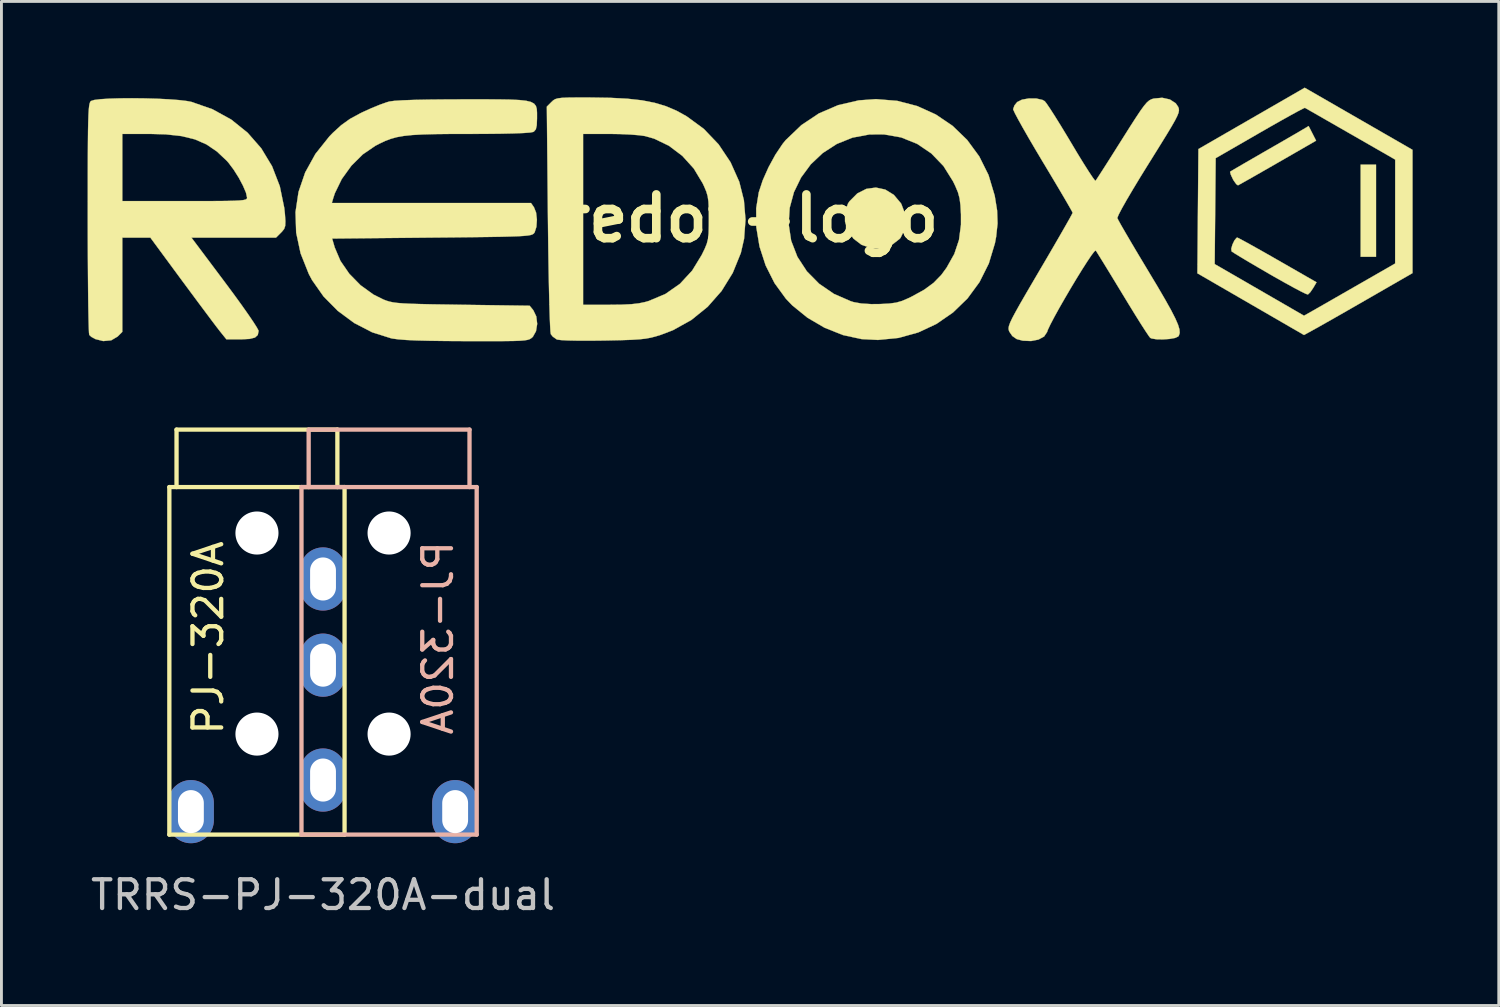
<source format=kicad_pcb>
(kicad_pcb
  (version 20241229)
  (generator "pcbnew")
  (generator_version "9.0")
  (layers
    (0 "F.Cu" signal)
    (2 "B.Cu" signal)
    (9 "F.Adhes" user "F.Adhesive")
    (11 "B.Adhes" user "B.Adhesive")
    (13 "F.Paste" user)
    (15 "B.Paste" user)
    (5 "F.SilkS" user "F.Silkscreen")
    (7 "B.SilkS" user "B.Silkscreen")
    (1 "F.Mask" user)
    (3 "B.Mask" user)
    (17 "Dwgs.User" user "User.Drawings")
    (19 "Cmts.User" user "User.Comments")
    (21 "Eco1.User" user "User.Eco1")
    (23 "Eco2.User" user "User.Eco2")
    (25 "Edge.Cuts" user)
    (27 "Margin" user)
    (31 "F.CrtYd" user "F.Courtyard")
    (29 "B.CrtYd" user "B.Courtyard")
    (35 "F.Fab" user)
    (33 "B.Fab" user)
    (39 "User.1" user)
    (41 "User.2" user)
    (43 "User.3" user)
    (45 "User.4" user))
  (footprint "redox-logo"
    (layer "F.Cu")
    (at 23.065 4.553)
    (property "Reference" "redox-logo" (at 0 0 0) (layer "F.SilkS") (effects (font (size 1.524 1.524) (thickness 0.3))))
    (attr through_hole)
    (fp_poly (pts (xy 21.791 1.337) (xy 21.256 1.337) (xy 21.256 -1.872) (xy 21.791 -1.872) (xy 21.791 1.337)) (stroke (width 0.01) (type solid)) (fill yes) (layer "F.SilkS"))
    (fp_poly (pts (xy 4.705 -1.003) (xy 5.003 -0.82) (xy 5.25 -0.526) (xy 5.266 -0.499) (xy 5.376 -0.208) (xy 5.407 0.115) (xy 5.361 0.424) (xy 5.239 0.674) (xy 5.209 0.71) (xy 4.913 0.941) (xy 4.573 1.051) (xy 4.209 1.038) (xy 3.874 0.916) (xy 3.598 0.705) (xy 3.405 0.426) (xy 3.304 0.109) (xy 3.302 -0.215) (xy 3.408 -0.517) (xy 3.458 -0.593) (xy 3.733 -0.869) (xy 4.048 -1.028) (xy 4.379 -1.073) (xy 4.705 -1.003)) (stroke (width 0.01) (type solid)) (fill yes) (layer "F.SilkS"))
    (fp_poly (pts (xy 19.705 -2.706) (xy 18.371 -1.938) (xy 17.988 -1.718) (xy 17.643 -1.521) (xy 17.355 -1.357) (xy 17.138 -1.235) (xy 17.011 -1.164) (xy 16.985 -1.151) (xy 16.925 -1.192) (xy 16.836 -1.317) (xy 16.808 -1.366) (xy 16.736 -1.519) (xy 16.71 -1.615) (xy 16.713 -1.626) (xy 16.778 -1.666) (xy 16.941 -1.762) (xy 17.183 -1.903) (xy 17.487 -2.079) (xy 17.834 -2.279) (xy 17.88 -2.306) (xy 18.247 -2.517) (xy 18.587 -2.713) (xy 18.879 -2.882) (xy 19.1 -3.01) (xy 19.228 -3.086) (xy 19.231 -3.087) (xy 19.445 -3.215) (xy 19.705 -2.706)) (stroke (width 0.01) (type solid)) (fill yes) (layer "F.SilkS"))
    (fp_poly (pts (xy 17.029 0.7) (xy 17.197 0.79) (xy 17.447 0.928) (xy 17.763 1.105) (xy 18.127 1.311) (xy 18.363 1.447) (xy 19.72 2.225) (xy 19.601 2.427) (xy 19.504 2.569) (xy 19.424 2.647) (xy 19.417 2.65) (xy 19.342 2.624) (xy 19.17 2.54) (xy 18.917 2.406) (xy 18.603 2.233) (xy 18.243 2.03) (xy 18.088 1.941) (xy 17.715 1.724) (xy 17.379 1.527) (xy 17.1 1.36) (xy 16.893 1.234) (xy 16.778 1.16) (xy 16.762 1.148) (xy 16.751 1.057) (xy 16.792 0.912) (xy 16.862 0.766) (xy 16.937 0.676) (xy 16.961 0.668) (xy 17.029 0.7)) (stroke (width 0.01) (type solid)) (fill yes) (layer "F.SilkS"))
    (fp_poly (pts (xy 21.184 -3.468) (xy 23.061 -2.387) (xy 23.061 1.905) (xy 21.61 2.741) (xy 21.183 2.986) (xy 20.769 3.224) (xy 20.389 3.441) (xy 20.066 3.624) (xy 19.823 3.762) (xy 19.722 3.818) (xy 19.284 4.06) (xy 15.572 1.912) (xy 15.575 1.591) (xy 16.174 1.591) (xy 17.729 2.489) (xy 19.284 3.388) (xy 19.59 3.215) (xy 19.739 3.13) (xy 19.982 2.991) (xy 20.296 2.811) (xy 20.66 2.602) (xy 21.051 2.378) (xy 21.176 2.306) (xy 22.457 1.571) (xy 22.459 -2.047) (xy 20.905 -2.939) (xy 20.492 -3.176) (xy 20.117 -3.391) (xy 19.797 -3.575) (xy 19.546 -3.718) (xy 19.38 -3.813) (xy 19.315 -3.85) (xy 19.315 -3.85) (xy 19.25 -3.822) (xy 19.084 -3.736) (xy 18.835 -3.6) (xy 18.516 -3.422) (xy 18.143 -3.211) (xy 17.744 -2.982) (xy 16.209 -2.097) (xy 16.174 1.591) (xy 15.575 1.591) (xy 15.59 -0.251) (xy 15.608 -2.414) (xy 19.308 -4.548) (xy 21.184 -3.468)) (stroke (width 0.01) (type solid)) (fill yes) (layer "F.SilkS"))
    (fp_poly (pts (xy 5.121 -4.092) (xy 5.82 -3.91) (xy 6.466 -3.617) (xy 7.049 -3.222) (xy 7.556 -2.732) (xy 7.977 -2.159) (xy 8.3 -1.511) (xy 8.514 -0.797) (xy 8.517 -0.785) (xy 8.599 -0.278) (xy 8.615 0.176) (xy 8.566 0.638) (xy 8.524 0.864) (xy 8.31 1.572) (xy 7.987 2.217) (xy 7.568 2.788) (xy 7.064 3.276) (xy 6.488 3.674) (xy 5.853 3.971) (xy 5.169 4.161) (xy 4.451 4.232) (xy 3.877 4.202) (xy 3.234 4.062) (xy 2.597 3.809) (xy 1.998 3.459) (xy 1.468 3.029) (xy 1.246 2.797) (xy 0.85 2.253) (xy 0.541 1.639) (xy 0.328 0.983) (xy 0.216 0.309) (xy 0.215 0.201) (xy 1.342 0.201) (xy 1.429 0.776) (xy 1.43 0.779) (xy 1.647 1.339) (xy 1.976 1.843) (xy 2.405 2.277) (xy 2.919 2.629) (xy 3.505 2.884) (xy 3.609 2.916) (xy 3.871 2.963) (xy 4.224 2.985) (xy 4.53 2.982) (xy 4.848 2.965) (xy 5.084 2.933) (xy 5.29 2.874) (xy 5.519 2.775) (xy 5.633 2.719) (xy 6.06 2.484) (xy 6.389 2.243) (xy 6.658 1.966) (xy 6.839 1.719) (xy 7.109 1.238) (xy 7.272 0.751) (xy 7.341 0.22) (xy 7.341 -0.141) (xy 7.323 -0.462) (xy 7.292 -0.7) (xy 7.237 -0.905) (xy 7.143 -1.128) (xy 7.066 -1.288) (xy 6.732 -1.822) (xy 6.31 -2.26) (xy 5.815 -2.595) (xy 5.258 -2.819) (xy 4.653 -2.925) (xy 4.156 -2.922) (xy 3.564 -2.811) (xy 3.019 -2.592) (xy 2.531 -2.277) (xy 2.113 -1.883) (xy 1.774 -1.423) (xy 1.526 -0.913) (xy 1.378 -0.367) (xy 1.342 0.201) (xy 0.215 0.201) (xy 0.212 -0.355) (xy 0.301 -0.905) (xy 0.439 -1.325) (xy 0.641 -1.779) (xy 0.88 -2.218) (xy 1.133 -2.595) (xy 1.239 -2.725) (xy 1.785 -3.247) (xy 2.396 -3.655) (xy 3.066 -3.943) (xy 3.785 -4.109) (xy 4.382 -4.152) (xy 5.121 -4.092)) (stroke (width 0.01) (type solid)) (fill yes) (layer "F.SilkS"))
    (fp_poly (pts (xy -5.619 -4.209) (xy -5.601 -4.209) (xy -4.884 -4.198) (xy -4.278 -4.167) (xy -3.764 -4.11) (xy -3.32 -4.023) (xy -2.926 -3.904) (xy -2.56 -3.748) (xy -2.213 -3.556) (xy -1.611 -3.115) (xy -1.097 -2.577) (xy -0.681 -1.955) (xy -0.377 -1.273) (xy -0.216 -0.631) (xy -0.16 0.044) (xy -0.21 0.713) (xy -0.322 1.203) (xy -0.605 1.899) (xy -0.994 2.528) (xy -1.478 3.078) (xy -2.046 3.537) (xy -2.686 3.893) (xy -3.103 4.052) (xy -3.291 4.11) (xy -3.463 4.154) (xy -3.644 4.187) (xy -3.856 4.21) (xy -4.123 4.227) (xy -4.468 4.239) (xy -4.914 4.249) (xy -5.113 4.253) (xy -5.581 4.258) (xy -5.994 4.257) (xy -6.333 4.25) (xy -6.581 4.237) (xy -6.718 4.219) (xy -6.73 4.215) (xy -6.873 4.114) (xy -6.938 4.031) (xy -6.951 3.943) (xy -6.963 3.732) (xy -6.976 3.411) (xy -6.989 2.99) (xy -7.001 2.481) (xy -7.013 1.896) (xy -7.024 1.246) (xy -7.033 0.542) (xy -7.039 0.01) (xy -7.068 -2.941) (xy -5.815 -2.941) (xy -5.815 3.008) (xy -4.887 3.008) (xy -4.459 3.003) (xy -4.131 2.987) (xy -3.871 2.957) (xy -3.644 2.909) (xy -3.533 2.877) (xy -2.947 2.63) (xy -2.441 2.276) (xy -2.017 1.817) (xy -1.685 1.273) (xy -1.578 1.054) (xy -1.508 0.881) (xy -1.466 0.716) (xy -1.445 0.521) (xy -1.438 0.258) (xy -1.437 0.003) (xy -1.439 -0.337) (xy -1.451 -0.582) (xy -1.477 -0.769) (xy -1.526 -0.936) (xy -1.604 -1.12) (xy -1.651 -1.22) (xy -1.96 -1.734) (xy -2.36 -2.176) (xy -2.828 -2.529) (xy -3.345 -2.777) (xy -3.663 -2.867) (xy -3.867 -2.895) (xy -4.165 -2.919) (xy -4.519 -2.935) (xy -4.89 -2.941) (xy -4.916 -2.941) (xy -5.815 -2.941) (xy -7.068 -2.941) (xy -7.077 -3.891) (xy -6.917 -4.051) (xy -6.855 -4.109) (xy -6.786 -4.151) (xy -6.692 -4.179) (xy -6.548 -4.197) (xy -6.336 -4.206) (xy -6.033 -4.209) (xy -5.619 -4.209)) (stroke (width 0.01) (type solid)) (fill yes) (layer "F.SilkS"))
    (fp_poly (pts (xy -21.078 -4.178) (xy -20.646 -4.166) (xy -20.24 -4.146) (xy -19.884 -4.119) (xy -19.601 -4.085) (xy -19.451 -4.056) (xy -18.718 -3.8) (xy -18.064 -3.44) (xy -17.495 -2.983) (xy -17.019 -2.439) (xy -16.643 -1.816) (xy -16.374 -1.121) (xy -16.218 -0.364) (xy -16.196 -0.157) (xy -16.179 0.097) (xy -16.185 0.257) (xy -16.221 0.365) (xy -16.297 0.461) (xy -16.331 0.495) (xy -16.504 0.668) (xy -19.452 0.668) (xy -18.282 2.228) (xy -17.983 2.631) (xy -17.712 3.004) (xy -17.48 3.333) (xy -17.296 3.603) (xy -17.171 3.8) (xy -17.114 3.908) (xy -17.112 3.919) (xy -17.14 4.059) (xy -17.238 4.149) (xy -17.427 4.196) (xy -17.725 4.211) (xy -17.752 4.211) (xy -18.232 4.211) (xy -18.46 3.927) (xy -18.56 3.798) (xy -18.727 3.578) (xy -18.946 3.285) (xy -19.206 2.937) (xy -19.492 2.551) (xy -19.785 2.156) (xy -20.881 0.668) (xy -21.857 0.668) (xy -21.857 3.95) (xy -22.021 4.114) (xy -22.243 4.245) (xy -22.522 4.271) (xy -22.791 4.203) (xy -22.935 4.125) (xy -23.007 4.057) (xy -23.017 3.978) (xy -23.025 3.776) (xy -23.033 3.465) (xy -23.041 3.056) (xy -23.047 2.56) (xy -23.052 1.991) (xy -23.056 1.359) (xy -23.059 0.677) (xy -23.06 -0.009) (xy -23.059 -0.843) (xy -23.059 -1.553) (xy -23.057 -2.15) (xy -23.054 -2.644) (xy -23.051 -2.941) (xy -21.857 -2.941) (xy -21.857 -0.602) (xy -19.685 -0.602) (xy -19.088 -0.602) (xy -18.611 -0.604) (xy -18.241 -0.607) (xy -17.964 -0.614) (xy -17.768 -0.624) (xy -17.638 -0.638) (xy -17.561 -0.657) (xy -17.524 -0.681) (xy -17.513 -0.712) (xy -17.513 -0.719) (xy -17.551 -0.894) (xy -17.655 -1.138) (xy -17.803 -1.417) (xy -17.978 -1.694) (xy -18.159 -1.936) (xy -18.221 -2.006) (xy -18.564 -2.329) (xy -18.926 -2.575) (xy -19.328 -2.751) (xy -19.794 -2.865) (xy -20.347 -2.926) (xy -20.9 -2.941) (xy -21.857 -2.941) (xy -23.051 -2.941) (xy -23.05 -3.044) (xy -23.043 -3.362) (xy -23.035 -3.606) (xy -23.024 -3.787) (xy -23.011 -3.915) (xy -22.995 -4) (xy -22.975 -4.053) (xy -22.953 -4.083) (xy -22.949 -4.086) (xy -22.838 -4.122) (xy -22.615 -4.15) (xy -22.305 -4.169) (xy -21.93 -4.18) (xy -21.513 -4.183) (xy -21.078 -4.178)) (stroke (width 0.01) (type solid)) (fill yes) (layer "F.SilkS"))
    (fp_poly (pts (xy -8.784 -4.143) (xy -8.364 -4.136) (xy -8.04 -4.121) (xy -7.8 -4.095) (xy -7.631 -4.054) (xy -7.521 -3.995) (xy -7.457 -3.914) (xy -7.427 -3.809) (xy -7.419 -3.675) (xy -7.419 -3.511) (xy -7.419 -3.478) (xy -7.428 -3.242) (xy -7.459 -3.103) (xy -7.523 -3.026) (xy -7.549 -3.01) (xy -7.656 -2.989) (xy -7.89 -2.972) (xy -8.241 -2.958) (xy -8.702 -2.948) (xy -9.265 -2.942) (xy -9.774 -2.941) (xy -10.43 -2.94) (xy -10.969 -2.934) (xy -11.408 -2.922) (xy -11.765 -2.902) (xy -12.057 -2.871) (xy -12.3 -2.828) (xy -12.512 -2.769) (xy -12.71 -2.694) (xy -12.91 -2.599) (xy -13.048 -2.527) (xy -13.485 -2.228) (xy -13.884 -1.831) (xy -14.217 -1.369) (xy -14.456 -0.878) (xy -14.509 -0.719) (xy -14.562 -0.535) (xy -7.628 -0.535) (xy -7.524 -0.386) (xy -7.451 -0.201) (xy -7.423 0.045) (xy -7.44 0.294) (xy -7.501 0.485) (xy -7.514 0.505) (xy -7.54 0.534) (xy -7.578 0.558) (xy -7.641 0.579) (xy -7.738 0.596) (xy -7.881 0.61) (xy -8.081 0.622) (xy -8.349 0.631) (xy -8.695 0.64) (xy -9.132 0.647) (xy -9.669 0.654) (xy -10.318 0.661) (xy -11.081 0.668) (xy -14.552 0.702) (xy -14.461 1.014) (xy -14.262 1.481) (xy -13.954 1.928) (xy -13.563 2.327) (xy -13.113 2.652) (xy -12.767 2.824) (xy -12.664 2.864) (xy -12.559 2.896) (xy -12.438 2.922) (xy -12.286 2.943) (xy -12.087 2.959) (xy -11.827 2.972) (xy -11.49 2.982) (xy -11.06 2.992) (xy -10.524 3) (xy -10.037 3.008) (xy -7.675 3.041) (xy -7.547 3.199) (xy -7.444 3.413) (xy -7.413 3.673) (xy -7.454 3.927) (xy -7.563 4.122) (xy -7.574 4.133) (xy -7.62 4.172) (xy -7.672 4.204) (xy -7.747 4.229) (xy -7.857 4.247) (xy -8.017 4.26) (xy -8.243 4.268) (xy -8.548 4.272) (xy -8.948 4.274) (xy -9.456 4.274) (xy -9.897 4.273) (xy -10.586 4.269) (xy -11.154 4.261) (xy -11.612 4.25) (xy -11.972 4.233) (xy -12.248 4.211) (xy -12.45 4.184) (xy -12.499 4.174) (xy -13.156 3.967) (xy -13.781 3.644) (xy -14.353 3.222) (xy -14.851 2.718) (xy -15.251 2.148) (xy -15.364 1.936) (xy -15.65 1.218) (xy -15.804 0.497) (xy -15.827 -0.219) (xy -15.722 -0.921) (xy -15.49 -1.599) (xy -15.133 -2.245) (xy -14.651 -2.85) (xy -14.527 -2.978) (xy -14.233 -3.247) (xy -13.933 -3.462) (xy -13.569 -3.66) (xy -13.481 -3.703) (xy -13.181 -3.839) (xy -12.886 -3.959) (xy -12.643 -4.045) (xy -12.553 -4.07) (xy -12.387 -4.092) (xy -12.095 -4.111) (xy -11.688 -4.126) (xy -11.173 -4.136) (xy -10.559 -4.142) (xy -9.963 -4.144) (xy -9.313 -4.144) (xy -8.784 -4.143)) (stroke (width 0.01) (type solid)) (fill yes) (layer "F.SilkS"))
    (fp_poly (pts (xy 14.614 -4.14) (xy 14.818 -4.008) (xy 14.905 -3.88) (xy 14.925 -3.821) (xy 14.93 -3.757) (xy 14.915 -3.676) (xy 14.871 -3.565) (xy 14.792 -3.409) (xy 14.671 -3.197) (xy 14.502 -2.916) (xy 14.278 -2.553) (xy 13.992 -2.093) (xy 13.871 -1.9) (xy 13.582 -1.433) (xy 13.327 -1.011) (xy 13.112 -0.646) (xy 12.946 -0.352) (xy 12.835 -0.14) (xy 12.787 -0.023) (xy 12.786 -0.008) (xy 12.827 0.075) (xy 12.928 0.256) (xy 13.082 0.522) (xy 13.278 0.857) (xy 13.509 1.246) (xy 13.766 1.674) (xy 13.859 1.829) (xy 14.191 2.382) (xy 14.455 2.835) (xy 14.658 3.198) (xy 14.804 3.484) (xy 14.899 3.703) (xy 14.948 3.867) (xy 14.956 3.988) (xy 14.929 4.077) (xy 14.905 4.112) (xy 14.798 4.162) (xy 14.605 4.197) (xy 14.373 4.213) (xy 14.148 4.209) (xy 13.978 4.181) (xy 13.931 4.16) (xy 13.878 4.091) (xy 13.766 3.924) (xy 13.605 3.674) (xy 13.406 3.356) (xy 13.179 2.987) (xy 12.968 2.64) (xy 12.725 2.24) (xy 12.504 1.877) (xy 12.314 1.567) (xy 12.165 1.327) (xy 12.068 1.171) (xy 12.032 1.117) (xy 11.984 1.152) (xy 11.882 1.286) (xy 11.738 1.5) (xy 11.562 1.775) (xy 11.365 2.094) (xy 11.159 2.437) (xy 10.954 2.787) (xy 10.761 3.124) (xy 10.592 3.43) (xy 10.457 3.687) (xy 10.367 3.877) (xy 10.338 3.959) (xy 10.235 4.113) (xy 10.039 4.219) (xy 9.781 4.27) (xy 9.495 4.258) (xy 9.281 4.202) (xy 9.128 4.095) (xy 9.023 3.941) (xy 9.003 3.884) (xy 8.998 3.82) (xy 9.013 3.739) (xy 9.054 3.626) (xy 9.128 3.469) (xy 9.242 3.256) (xy 9.4 2.973) (xy 9.61 2.61) (xy 9.878 2.152) (xy 10.085 1.799) (xy 10.357 1.336) (xy 10.605 0.91) (xy 10.822 0.534) (xy 11.001 0.222) (xy 11.134 -0.013) (xy 11.211 -0.156) (xy 11.229 -0.195) (xy 11.196 -0.262) (xy 11.102 -0.429) (xy 10.956 -0.681) (xy 10.766 -1.004) (xy 10.54 -1.384) (xy 10.288 -1.805) (xy 10.193 -1.962) (xy 9.933 -2.399) (xy 9.696 -2.803) (xy 9.492 -3.159) (xy 9.329 -3.452) (xy 9.216 -3.666) (xy 9.161 -3.786) (xy 9.157 -3.803) (xy 9.204 -3.934) (xy 9.298 -4.05) (xy 9.467 -4.134) (xy 9.707 -4.176) (xy 9.962 -4.174) (xy 10.177 -4.125) (xy 10.258 -4.08) (xy 10.324 -3.996) (xy 10.447 -3.814) (xy 10.615 -3.552) (xy 10.817 -3.227) (xy 11.042 -2.856) (xy 11.18 -2.625) (xy 11.407 -2.245) (xy 11.613 -1.91) (xy 11.788 -1.634) (xy 11.921 -1.434) (xy 12.003 -1.323) (xy 12.025 -1.307) (xy 12.07 -1.372) (xy 12.176 -1.535) (xy 12.333 -1.779) (xy 12.53 -2.088) (xy 12.757 -2.448) (xy 12.934 -2.728) (xy 13.207 -3.161) (xy 13.421 -3.494) (xy 13.585 -3.741) (xy 13.712 -3.916) (xy 13.811 -4.033) (xy 13.894 -4.105) (xy 13.971 -4.147) (xy 14.052 -4.172) (xy 14.347 -4.199) (xy 14.614 -4.14)) (stroke (width 0.01) (type solid)) (fill yes) (layer "F.SilkS")))
  (footprint "TRRS-PJ-320A-dual"
    (layer "F.Cu")
    (at 8.196 13.907)
    (property "Reference" "TRRS-PJ-320A-dual" (at 0 14.2 0) (layer "Dwgs.User") (effects (font (size 1 1) (thickness 0.15))))
    (attr through_hole)
    (fp_line (start -5.35 0) (end -5.35 12.1) (stroke (width 0.15) (type solid)) (layer "F.SilkS"))
    (fp_line (start -5.1 0) (end -5.1 -2) (stroke (width 0.15) (type solid)) (layer "F.SilkS"))
    (fp_line (start 0.5 -2) (end -5.1 -2) (stroke (width 0.15) (type solid)) (layer "F.SilkS"))
    (fp_line (start 0.5 0) (end 0.5 -2) (stroke (width 0.15) (type solid)) (layer "F.SilkS"))
    (fp_line (start 0.75 0) (end -5.35 0) (stroke (width 0.15) (type solid)) (layer "F.SilkS"))
    (fp_line (start 0.75 0) (end 0.75 12.1) (stroke (width 0.15) (type solid)) (layer "F.SilkS"))
    (fp_line (start 0.75 12.1) (end -5.35 12.1) (stroke (width 0.15) (type solid)) (layer "F.SilkS"))
    (fp_line (start -0.75 0) (end -0.75 12.1) (stroke (width 0.15) (type solid)) (layer "B.SilkS"))
    (fp_line (start -0.75 0) (end 5.35 0) (stroke (width 0.15) (type solid)) (layer "B.SilkS"))
    (fp_line (start -0.75 12.1) (end 5.35 12.1) (stroke (width 0.15) (type solid)) (layer "B.SilkS"))
    (fp_line (start -0.5 -2) (end 5.1 -2) (stroke (width 0.15) (type solid)) (layer "B.SilkS"))
    (fp_line (start -0.5 0) (end -0.5 -2) (stroke (width 0.15) (type solid)) (layer "B.SilkS"))
    (fp_line (start 5.1 0) (end 5.1 -2) (stroke (width 0.15) (type solid)) (layer "B.SilkS"))
    (fp_line (start 5.35 0) (end 5.35 12.1) (stroke (width 0.15) (type solid)) (layer "B.SilkS"))
    (fp_text user "PJ-320A" (at -4 5.25 90) (layer "F.SilkS") (effects (font (size 1 1) (thickness 0.15))))
    (fp_text user "PJ-320A" (at 4 5.25 270) (layer "B.SilkS") (effects (font (size 1 1) (thickness 0.15)) (justify mirror)))
    (pad "" np_thru_hole circle (at -2.3 1.6) (size 1.5 1.5) (drill 1.5) (layers "*.Cu" "*.Mask"))
    (pad "" np_thru_hole circle (at -2.3 8.6) (size 1.5 1.5) (drill 1.5) (layers "*.Cu" "*.Mask"))
    (pad "" np_thru_hole circle (at 2.3 1.6) (size 1.5 1.5) (drill 1.5) (layers "*.Cu" "*.Mask"))
    (pad "" np_thru_hole circle (at 2.3 8.6) (size 1.5 1.5) (drill 1.5) (layers "*.Cu" "*.Mask"))
    (pad "1" thru_hole oval (at -4.6 11.3) (size 1.6 2.2) (drill oval 0.9 1.5) (layers "*.Cu" "*.Mask"))
    (pad "1" thru_hole oval (at 4.6 11.3) (size 1.6 2.2) (drill oval 0.9 1.5) (layers "*.Cu" "*.Mask"))
    (pad "2" thru_hole oval (at 0 10.2) (size 1.6 2.2) (drill oval 0.9 1.5) (layers "*.Cu" "*.Mask"))
    (pad "3" thru_hole oval (at 0 6.2) (size 1.6 2.2) (drill oval 0.9 1.5) (layers "*.Cu" "*.Mask"))
    (pad "4" thru_hole oval (at 0 3.2) (size 1.6 2.2) (drill oval 0.9 1.5) (layers "*.Cu" "*.Mask")))
  (gr_rect
    (start -3 -3)
    (end 49.13 31.956)
    (stroke (width 0.1) (type default))
    (fill no)
    (layer "Edge.Cuts")))
</source>
